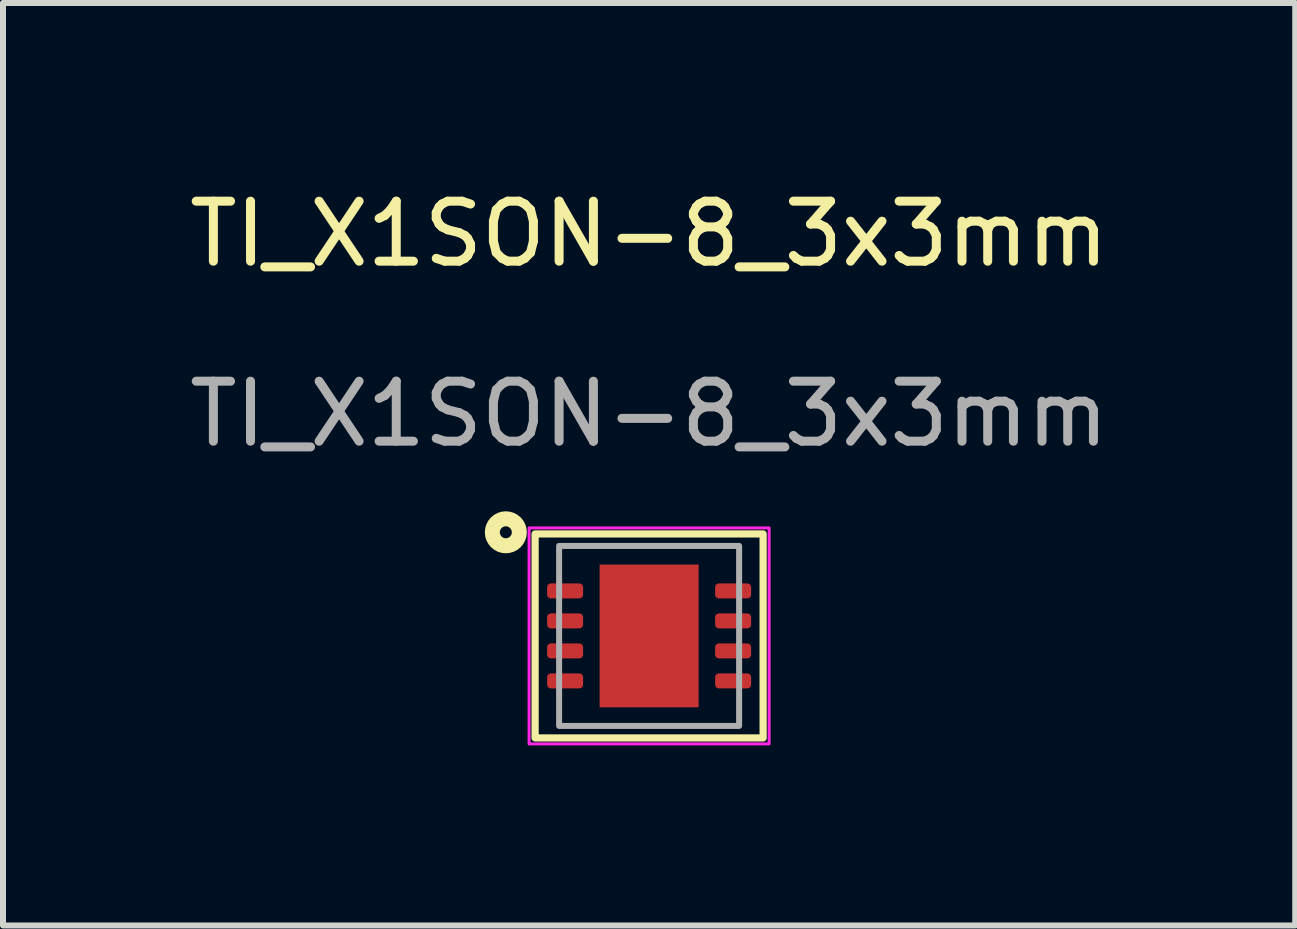
<source format=kicad_pcb>
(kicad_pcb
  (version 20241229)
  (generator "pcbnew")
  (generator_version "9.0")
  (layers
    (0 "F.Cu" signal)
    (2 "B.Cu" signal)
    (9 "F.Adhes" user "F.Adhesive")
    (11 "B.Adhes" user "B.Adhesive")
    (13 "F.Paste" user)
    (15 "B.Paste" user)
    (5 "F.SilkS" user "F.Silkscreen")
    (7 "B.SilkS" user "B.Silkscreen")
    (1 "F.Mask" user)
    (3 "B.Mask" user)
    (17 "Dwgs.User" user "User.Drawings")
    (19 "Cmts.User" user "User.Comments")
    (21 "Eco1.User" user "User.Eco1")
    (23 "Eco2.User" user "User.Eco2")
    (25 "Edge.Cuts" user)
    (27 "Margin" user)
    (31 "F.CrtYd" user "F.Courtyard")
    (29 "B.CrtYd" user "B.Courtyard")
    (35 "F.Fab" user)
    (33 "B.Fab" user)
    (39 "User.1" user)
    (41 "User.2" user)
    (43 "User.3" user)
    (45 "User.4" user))
  (footprint "TI_X1SON-8_3x3mm"
    (layer "F.Cu")
    (at 7.768 7.548)
    (property "Reference" "TI_X1SON-8_3x3mm" (at 0 -6.7 0) (unlocked yes) (layer "F.SilkS") (effects (font (size 1 1) (thickness 0.15))))
    (attr smd)
    (fp_rect (start -1.9 -1.7) (end 1.9 1.7) (stroke (width 0.12) (type solid)) (fill no) (layer "F.SilkS"))
    (fp_circle (center -2.388 -1.727) (end -2.288 -1.727) (stroke (width 0.25) (type solid)) (fill no) (layer "F.SilkS"))
    (fp_rect (start -2 -1.8) (end 2 1.8) (stroke (width 0.05) (type solid)) (fill no) (layer "F.CrtYd"))
    (fp_rect (start -1.5 -1.5) (end 1.5 1.5) (stroke (width 0.1) (type solid)) (fill no) (layer "F.Fab"))
    (fp_text user "${REFERENCE}" (at 0 -3.7 0) (unlocked yes) (layer "F.Fab") (effects (font (size 1 1) (thickness 0.15))))
    (pad "1" smd roundrect (at -1.4 -0.75) (size 0.6 0.25) (layers "F.Cu" "F.Mask" "F.Paste") (roundrect_rratio 0.25))
    (pad "2" smd roundrect (at -1.4 -0.25) (size 0.6 0.25) (layers "F.Cu" "F.Mask" "F.Paste") (roundrect_rratio 0.25))
    (pad "3" smd roundrect (at -1.4 0.25) (size 0.6 0.25) (layers "F.Cu" "F.Mask" "F.Paste") (roundrect_rratio 0.25))
    (pad "4" smd roundrect (at -1.4 0.75) (size 0.6 0.25) (layers "F.Cu" "F.Mask" "F.Paste") (roundrect_rratio 0.25))
    (pad "5" smd roundrect (at 1.4 0.75) (size 0.6 0.25) (layers "F.Cu" "F.Mask" "F.Paste") (roundrect_rratio 0.25))
    (pad "6" smd roundrect (at 1.4 0.25) (size 0.6 0.25) (layers "F.Cu" "F.Mask" "F.Paste") (roundrect_rratio 0.25))
    (pad "7" smd roundrect (at 1.4 -0.25) (size 0.6 0.25) (layers "F.Cu" "F.Mask" "F.Paste") (roundrect_rratio 0.25))
    (pad "8" smd roundrect (at 1.4 -0.75) (size 0.6 0.25) (layers "F.Cu" "F.Mask" "F.Paste") (roundrect_rratio 0.25))
    (pad "9" smd rect (at 0 0) (size 1.65 2.38) (layers "F.Cu" "F.Mask" "F.Paste")))
  (gr_rect
    (start -3 -3)
    (end 18.536 12.373)
    (stroke (width 0.1) (type default))
    (fill no)
    (layer "Edge.Cuts")))
</source>
